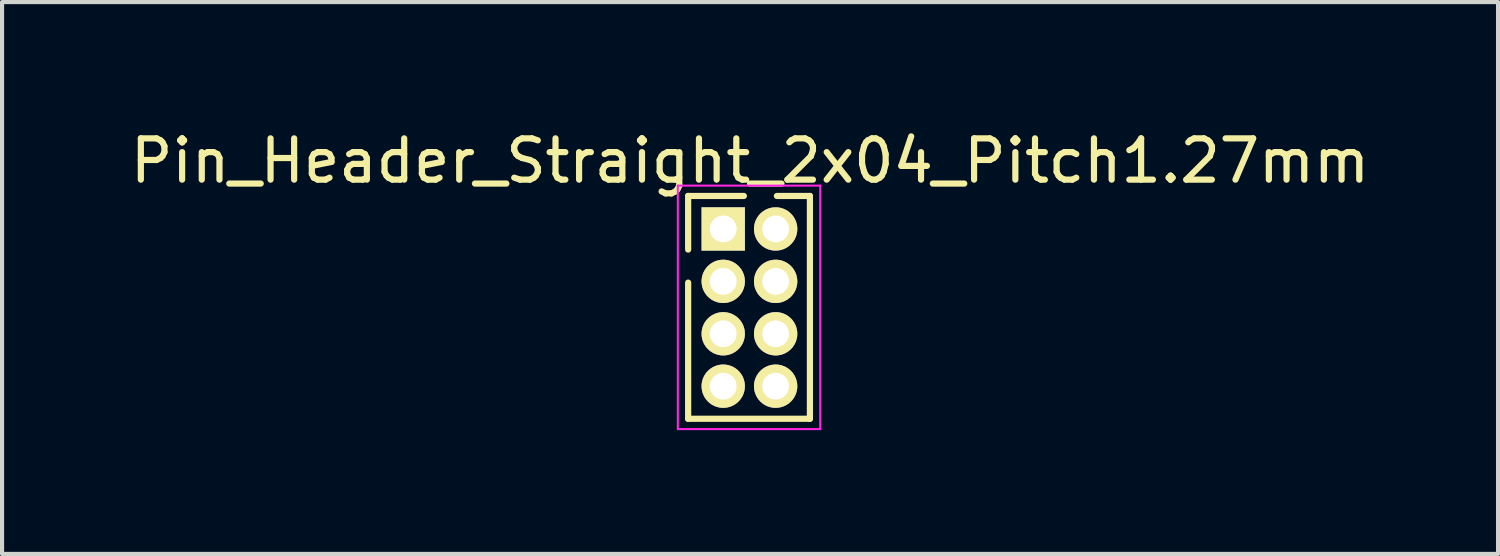
<source format=kicad_pcb>
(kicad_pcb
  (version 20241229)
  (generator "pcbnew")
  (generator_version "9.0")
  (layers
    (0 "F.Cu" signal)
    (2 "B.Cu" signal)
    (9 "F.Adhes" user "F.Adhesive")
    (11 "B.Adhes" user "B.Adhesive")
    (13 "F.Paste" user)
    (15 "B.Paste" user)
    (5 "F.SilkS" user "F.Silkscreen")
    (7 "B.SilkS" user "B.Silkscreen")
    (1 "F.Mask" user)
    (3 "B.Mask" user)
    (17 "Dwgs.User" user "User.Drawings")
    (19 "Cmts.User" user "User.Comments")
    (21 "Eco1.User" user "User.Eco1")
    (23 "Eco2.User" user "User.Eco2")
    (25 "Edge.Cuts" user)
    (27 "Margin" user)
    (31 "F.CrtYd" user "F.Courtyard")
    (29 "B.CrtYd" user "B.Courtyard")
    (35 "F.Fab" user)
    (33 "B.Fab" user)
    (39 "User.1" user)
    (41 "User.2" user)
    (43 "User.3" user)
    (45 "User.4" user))
  (footprint "Pin_Header_Straight_2x04_Pitch1.27mm"
    (layer "F.Cu")
    (at 14.475 2.498)
    (property "Reference" "Pin_Header_Straight_2x04_Pitch1.27mm" (at 0.65 -1.65 0) (layer "F.SilkS") (effects (font (size 1 1) (thickness 0.15))))
    (attr through_hole)
    (fp_line (start -0.85 -0.8) (end -0.85 0.5) (stroke (width 0.15) (type solid)) (layer "F.SilkS"))
    (fp_line (start -0.85 4.6) (end -0.85 1.3) (stroke (width 0.15) (type solid)) (layer "F.SilkS"))
    (fp_line (start 0.5 -0.8) (end -0.85 -0.8) (stroke (width 0.15) (type solid)) (layer "F.SilkS"))
    (fp_line (start 2.1 -0.8) (end 1.3 -0.8) (stroke (width 0.15) (type solid)) (layer "F.SilkS"))
    (fp_line (start 2.1 4.6) (end -0.85 4.6) (stroke (width 0.15) (type solid)) (layer "F.SilkS"))
    (fp_line (start 2.1 4.6) (end 2.1 -0.8) (stroke (width 0.15) (type solid)) (layer "F.SilkS"))
    (fp_line (start -1.1 -1.05) (end -1.1 4.85) (stroke (width 0.05) (type solid)) (layer "F.CrtYd"))
    (fp_line (start -1.1 -1.05) (end 2.35 -1.05) (stroke (width 0.05) (type solid)) (layer "F.CrtYd"))
    (fp_line (start -1.1 4.85) (end 2.35 4.85) (stroke (width 0.05) (type solid)) (layer "F.CrtYd"))
    (fp_line (start 2.35 -1.05) (end 2.35 4.85) (stroke (width 0.05) (type solid)) (layer "F.CrtYd"))
    (pad "1" thru_hole rect (at 0 0) (size 1.05 1.05) (drill 0.65) (layers "*.Cu" "*.Mask" "F.SilkS"))
    (pad "2" thru_hole circle (at 1.27 0) (size 1.05 1.05) (drill 0.65) (layers "*.Cu" "*.Mask" "F.SilkS"))
    (pad "3" thru_hole circle (at 0 1.27) (size 1.05 1.05) (drill 0.65) (layers "*.Cu" "*.Mask" "F.SilkS"))
    (pad "4" thru_hole circle (at 1.27 1.27) (size 1.05 1.05) (drill 0.65) (layers "*.Cu" "*.Mask" "F.SilkS"))
    (pad "5" thru_hole circle (at 0 2.54) (size 1.05 1.05) (drill 0.65) (layers "*.Cu" "*.Mask" "F.SilkS"))
    (pad "6" thru_hole circle (at 1.27 2.54) (size 1.05 1.05) (drill 0.65) (layers "*.Cu" "*.Mask" "F.SilkS"))
    (pad "7" thru_hole circle (at 0 3.81) (size 1.05 1.05) (drill 0.65) (layers "*.Cu" "*.Mask" "F.SilkS"))
    (pad "8" thru_hole circle (at 1.27 3.81) (size 1.05 1.05) (drill 0.65) (layers "*.Cu" "*.Mask" "F.SilkS")))
  (gr_rect
    (start -3 -3)
    (end 33.25 10.373)
    (stroke (width 0.1) (type default))
    (fill no)
    (layer "Edge.Cuts")))
</source>
